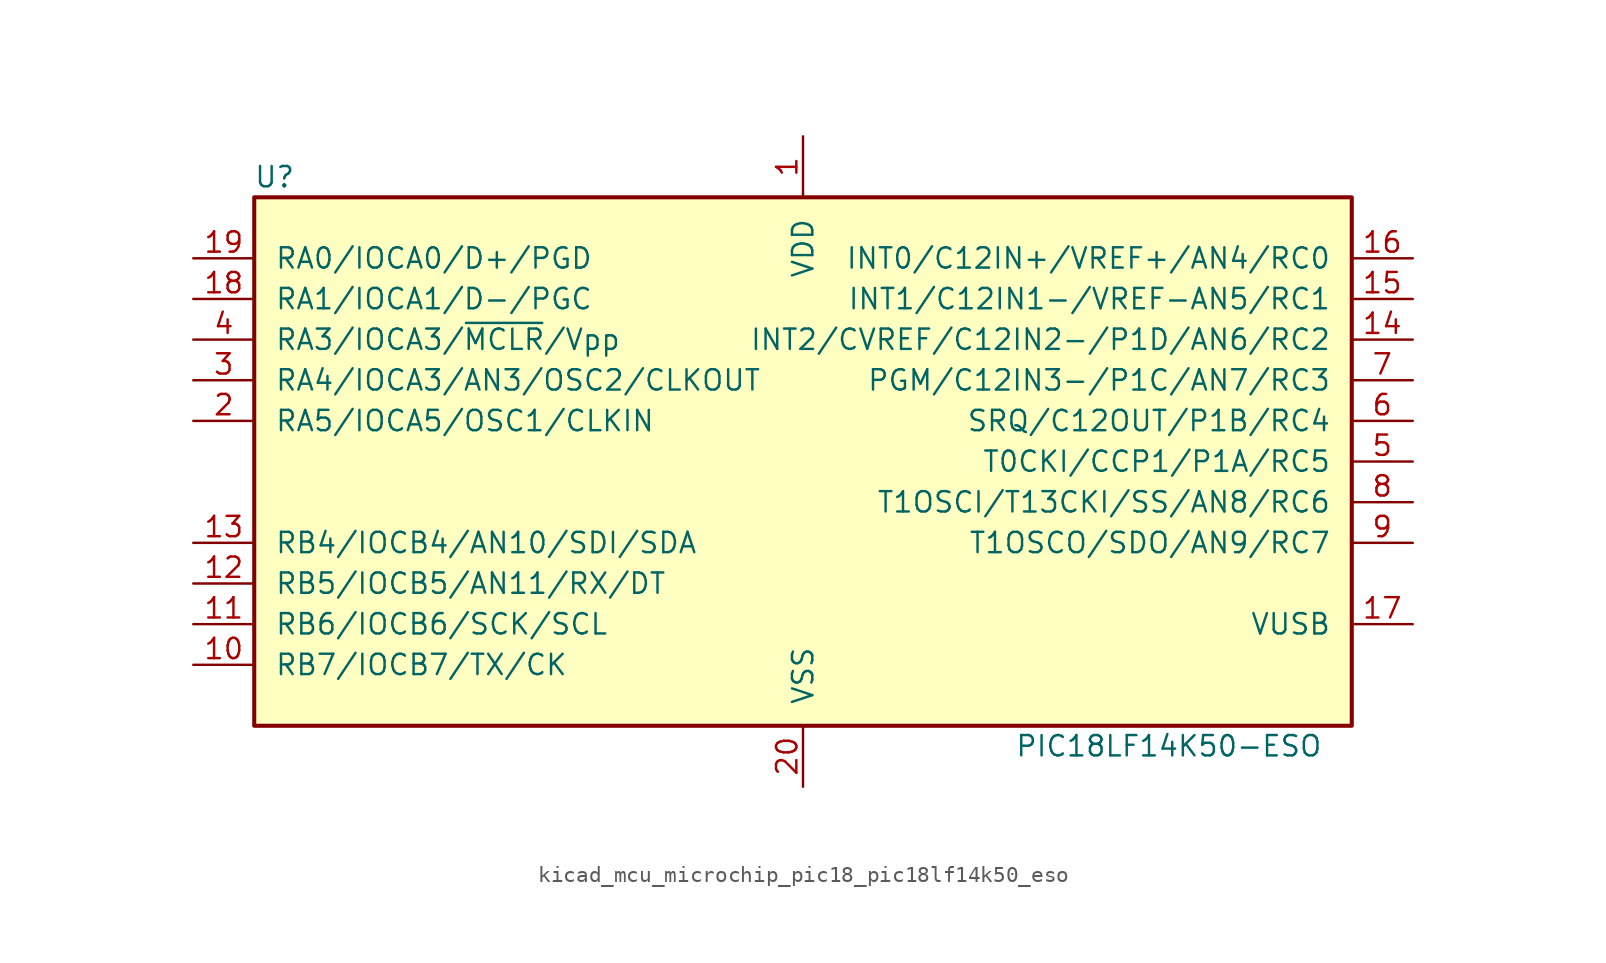
<source format=kicad_sym>
(kicad_symbol_lib
  (version 20220914)
  (generator kicad_symbol_editor)
  (symbol "kicad_mcu_microchip_pic18_pic18lf14k50_eso"
    (pin_names
      (offset 1.27))
    (property "Reference" "U"
      (at -33.02 17.78 0)
      (effects (font (size 1.27 1.27))))
    (property "Value" "PIC18LF14K50-ESO"
      (at 22.86 -17.78 0)
      (effects (font (size 1.27 1.27))))
    (symbol "kicad_mcu_microchip_pic18_pic18lf14k50_eso_0_1"
      (rectangle (start -34.29 16.51) (end 34.29 -16.51) (stroke (width 0.254) (type default)) (fill (type background))))
    (symbol "kicad_mcu_microchip_pic18_pic18lf14k50_eso_1_1"
      (pin power_in line (at 0 20.32 270) (length 3.81) (name "VDD" (effects (font (size 1.27 1.27)))) (number "1" (effects (font (size 1.27 1.27)))))
      (pin bidirectional line (at -38.1 -12.7 0) (length 3.81) (name "RB7/IOCB7/TX/CK" (effects (font (size 1.27 1.27)))) (number "10" (effects (font (size 1.27 1.27)))))
      (pin bidirectional line (at -38.1 -10.16 0) (length 3.81) (name "RB6/IOCB6/SCK/SCL" (effects (font (size 1.27 1.27)))) (number "11" (effects (font (size 1.27 1.27)))))
      (pin bidirectional line (at -38.1 -7.62 0) (length 3.81) (name "RB5/IOCB5/AN11/RX/DT" (effects (font (size 1.27 1.27)))) (number "12" (effects (font (size 1.27 1.27)))))
      (pin bidirectional line (at -38.1 -5.08 0) (length 3.81) (name "RB4/IOCB4/AN10/SDI/SDA" (effects (font (size 1.27 1.27)))) (number "13" (effects (font (size 1.27 1.27)))))
      (pin bidirectional line (at 38.1 7.62 180) (length 3.81) (name "INT2/CVREF/C12IN2-/P1D/AN6/RC2" (effects (font (size 1.27 1.27)))) (number "14" (effects (font (size 1.27 1.27)))))
      (pin bidirectional line (at 38.1 10.16 180) (length 3.81) (name "INT1/C12IN1-/VREF-AN5/RC1" (effects (font (size 1.27 1.27)))) (number "15" (effects (font (size 1.27 1.27)))))
      (pin bidirectional line (at 38.1 12.7 180) (length 3.81) (name "INT0/C12IN+/VREF+/AN4/RC0" (effects (font (size 1.27 1.27)))) (number "16" (effects (font (size 1.27 1.27)))))
      (pin passive line (at 38.1 -10.16 180) (length 3.81) (name "VUSB" (effects (font (size 1.27 1.27)))) (number "17" (effects (font (size 1.27 1.27)))))
      (pin bidirectional line (at -38.1 10.16 0) (length 3.81) (name "RA1/IOCA1/D-/PGC" (effects (font (size 1.27 1.27)))) (number "18" (effects (font (size 1.27 1.27)))))
      (pin bidirectional line (at -38.1 12.7 0) (length 3.81) (name "RA0/IOCA0/D+/PGD" (effects (font (size 1.27 1.27)))) (number "19" (effects (font (size 1.27 1.27)))))
      (pin bidirectional line (at -38.1 2.54 0) (length 3.81) (name "RA5/IOCA5/OSC1/CLKIN" (effects (font (size 1.27 1.27)))) (number "2" (effects (font (size 1.27 1.27)))))
      (pin power_in line (at 0 -20.32 90) (length 3.81) (name "VSS" (effects (font (size 1.27 1.27)))) (number "20" (effects (font (size 1.27 1.27)))))
      (pin bidirectional line (at -38.1 5.08 0) (length 3.81) (name "RA4/IOCA3/AN3/OSC2/CLKOUT" (effects (font (size 1.27 1.27)))) (number "3" (effects (font (size 1.27 1.27)))))
      (pin input line (at -38.1 7.62 0) (length 3.81) (name "RA3/IOCA3/~{MCLR}/Vpp" (effects (font (size 1.27 1.27)))) (number "4" (effects (font (size 1.27 1.27)))))
      (pin bidirectional line (at 38.1 0 180) (length 3.81) (name "T0CKI/CCP1/P1A/RC5" (effects (font (size 1.27 1.27)))) (number "5" (effects (font (size 1.27 1.27)))))
      (pin bidirectional line (at 38.1 2.54 180) (length 3.81) (name "SRQ/C12OUT/P1B/RC4" (effects (font (size 1.27 1.27)))) (number "6" (effects (font (size 1.27 1.27)))))
      (pin bidirectional line (at 38.1 5.08 180) (length 3.81) (name "PGM/C12IN3-/P1C/AN7/RC3" (effects (font (size 1.27 1.27)))) (number "7" (effects (font (size 1.27 1.27)))))
      (pin bidirectional line (at 38.1 -2.54 180) (length 3.81) (name "T1OSCI/T13CKI/SS/AN8/RC6" (effects (font (size 1.27 1.27)))) (number "8" (effects (font (size 1.27 1.27)))))
      (pin bidirectional line (at 38.1 -5.08 180) (length 3.81) (name "T1OSCO/SDO/AN9/RC7" (effects (font (size 1.27 1.27)))) (number "9" (effects (font (size 1.27 1.27))))))))
</source>
